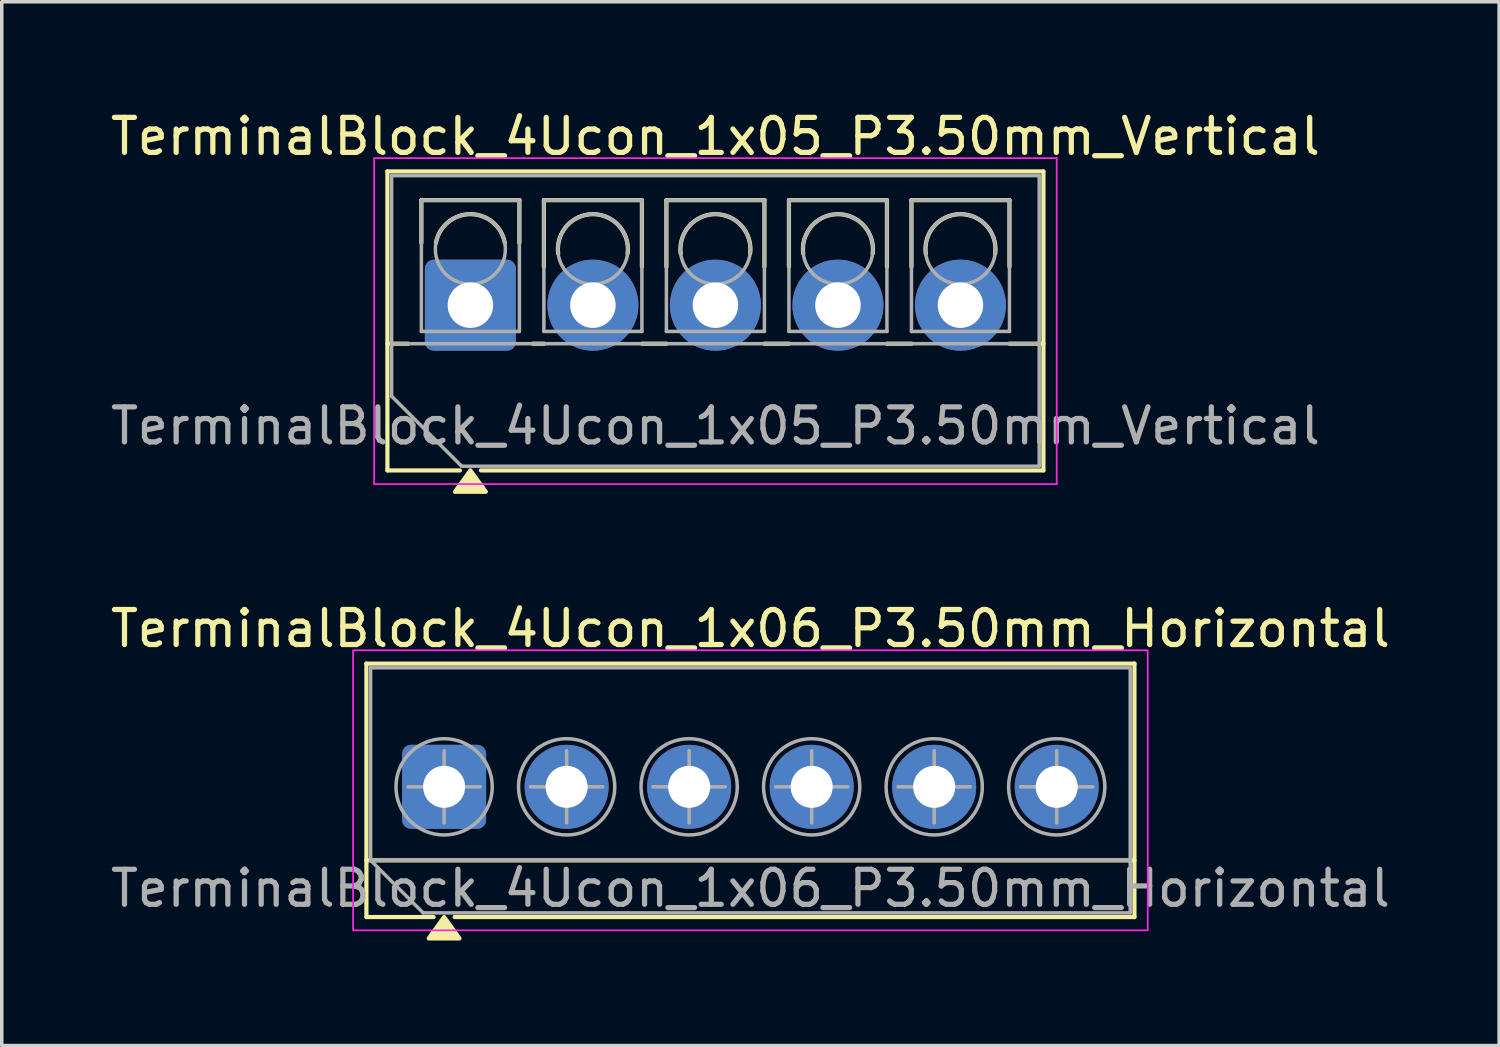
<source format=kicad_pcb>
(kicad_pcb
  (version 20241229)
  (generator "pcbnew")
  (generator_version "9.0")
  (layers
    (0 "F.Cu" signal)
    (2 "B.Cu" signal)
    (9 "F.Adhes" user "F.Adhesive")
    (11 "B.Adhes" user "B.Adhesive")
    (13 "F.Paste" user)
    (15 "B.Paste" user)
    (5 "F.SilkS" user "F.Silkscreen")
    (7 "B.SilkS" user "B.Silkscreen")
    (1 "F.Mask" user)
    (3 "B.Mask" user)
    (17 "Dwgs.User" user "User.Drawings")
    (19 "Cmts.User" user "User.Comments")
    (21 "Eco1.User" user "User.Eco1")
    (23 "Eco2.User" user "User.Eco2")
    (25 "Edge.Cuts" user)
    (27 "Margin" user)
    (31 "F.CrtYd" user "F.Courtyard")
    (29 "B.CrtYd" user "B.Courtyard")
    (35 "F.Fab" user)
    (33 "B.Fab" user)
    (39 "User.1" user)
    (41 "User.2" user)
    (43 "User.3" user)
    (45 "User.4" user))
  (footprint "TerminalBlock_4Ucon_1x05_P3.50mm_Vertical"
    (layer "F.Cu")
    (at 10.387 5.668)
    (property "Reference" "TerminalBlock_4Ucon_1x05_P3.50mm_Vertical" (at 7 -4.82 0) (layer "F.SilkS") (effects (font (size 1 1) (thickness 0.15))))
    (attr through_hole)
    (fp_line (start -2.37 -3.82) (end -2.37 4.72) (stroke (width 0.12) (type solid)) (layer "F.SilkS"))
    (fp_line (start -2.37 -3.82) (end 16.37 -3.82) (stroke (width 0.12) (type solid)) (layer "F.SilkS"))
    (fp_line (start -2.37 1.1) (end -1.78 1.1) (stroke (width 0.12) (type solid)) (layer "F.SilkS"))
    (fp_line (start -2.37 4.72) (end -0.3 4.72) (stroke (width 0.12) (type solid)) (layer "F.SilkS"))
    (fp_line (start -1.4 -3) (end -1.4 -1.78) (stroke (width 0.12) (type solid)) (layer "F.SilkS"))
    (fp_line (start -1.4 -3) (end 1.4 -3) (stroke (width 0.12) (type solid)) (layer "F.SilkS"))
    (fp_line (start 0.3 4.72) (end 16.37 4.72) (stroke (width 0.12) (type solid)) (layer "F.SilkS"))
    (fp_line (start 1.4 -3) (end 1.4 -1.78) (stroke (width 0.12) (type solid)) (layer "F.SilkS"))
    (fp_line (start 1.78 1.1) (end 2.101 1.1) (stroke (width 0.12) (type solid)) (layer "F.SilkS"))
    (fp_line (start 2.1 -3) (end 2.1 -1.099) (stroke (width 0.12) (type solid)) (layer "F.SilkS"))
    (fp_line (start 2.1 -3) (end 4.9 -3) (stroke (width 0.12) (type solid)) (layer "F.SilkS"))
    (fp_line (start 4.899 1.1) (end 5.601 1.1) (stroke (width 0.12) (type solid)) (layer "F.SilkS"))
    (fp_line (start 4.9 -3) (end 4.9 -1.099) (stroke (width 0.12) (type solid)) (layer "F.SilkS"))
    (fp_line (start 5.6 -3) (end 5.6 -1.099) (stroke (width 0.12) (type solid)) (layer "F.SilkS"))
    (fp_line (start 5.6 -3) (end 8.4 -3) (stroke (width 0.12) (type solid)) (layer "F.SilkS"))
    (fp_line (start 8.399 1.1) (end 9.101 1.1) (stroke (width 0.12) (type solid)) (layer "F.SilkS"))
    (fp_line (start 8.4 -3) (end 8.4 -1.099) (stroke (width 0.12) (type solid)) (layer "F.SilkS"))
    (fp_line (start 9.1 -3) (end 9.1 -1.099) (stroke (width 0.12) (type solid)) (layer "F.SilkS"))
    (fp_line (start 9.1 -3) (end 11.9 -3) (stroke (width 0.12) (type solid)) (layer "F.SilkS"))
    (fp_line (start 11.899 1.1) (end 12.601 1.1) (stroke (width 0.12) (type solid)) (layer "F.SilkS"))
    (fp_line (start 11.9 -3) (end 11.9 -1.099) (stroke (width 0.12) (type solid)) (layer "F.SilkS"))
    (fp_line (start 12.6 -3) (end 12.6 -1.099) (stroke (width 0.12) (type solid)) (layer "F.SilkS"))
    (fp_line (start 12.6 -3) (end 15.4 -3) (stroke (width 0.12) (type solid)) (layer "F.SilkS"))
    (fp_line (start 15.399 1.1) (end 16.37 1.1) (stroke (width 0.12) (type solid)) (layer "F.SilkS"))
    (fp_line (start 15.4 -3) (end 15.4 -1.099) (stroke (width 0.12) (type solid)) (layer "F.SilkS"))
    (fp_line (start 16.37 -3.82) (end 16.37 4.72) (stroke (width 0.12) (type solid)) (layer "F.SilkS"))
    (fp_arc (start -0.984 -1.78) (mid -0.00006 -2.600328) (end 0.983978 -1.780118) (stroke (width 0.12) (type solid)) (layer "F.SilkS"))
    (fp_arc (start 2.508 -1.478) (mid 3.500313 -2.599474) (end 4.491923 -1.477379) (stroke (width 0.12) (type solid)) (layer "F.SilkS"))
    (fp_arc (start 6.008 -1.478) (mid 7.000313 -2.599474) (end 7.991923 -1.477379) (stroke (width 0.12) (type solid)) (layer "F.SilkS"))
    (fp_arc (start 9.508 -1.478) (mid 10.500313 -2.599474) (end 11.491923 -1.477379) (stroke (width 0.12) (type solid)) (layer "F.SilkS"))
    (fp_arc (start 13.008 -1.478) (mid 14.000313 -2.599474) (end 14.991923 -1.477379) (stroke (width 0.12) (type solid)) (layer "F.SilkS"))
    (fp_poly (pts (xy 0 4.72) (xy 0.44 5.33) (xy -0.44 5.33)) (stroke (width 0.12) (type solid)) (fill yes) (layer "F.SilkS"))
    (fp_line (start -2.75 -4.2) (end -2.75 5.11) (stroke (width 0.05) (type solid)) (layer "F.CrtYd"))
    (fp_line (start -2.75 5.11) (end 16.75 5.11) (stroke (width 0.05) (type solid)) (layer "F.CrtYd"))
    (fp_line (start 16.75 -4.2) (end -2.75 -4.2) (stroke (width 0.05) (type solid)) (layer "F.CrtYd"))
    (fp_line (start 16.75 5.11) (end 16.75 -4.2) (stroke (width 0.05) (type solid)) (layer "F.CrtYd"))
    (fp_line (start -2.25 -3.7) (end 16.25 -3.7) (stroke (width 0.1) (type solid)) (layer "F.Fab"))
    (fp_line (start -2.25 1.1) (end 16.25 1.1) (stroke (width 0.1) (type solid)) (layer "F.Fab"))
    (fp_line (start -2.25 2.6) (end -2.25 -3.7) (stroke (width 0.1) (type solid)) (layer "F.Fab"))
    (fp_line (start -1.4 -3) (end -1.4 0.75) (stroke (width 0.1) (type solid)) (layer "F.Fab"))
    (fp_line (start -1.4 0.75) (end 1.4 0.75) (stroke (width 0.1) (type solid)) (layer "F.Fab"))
    (fp_line (start -0.25 4.6) (end -2.25 2.6) (stroke (width 0.1) (type solid)) (layer "F.Fab"))
    (fp_line (start 1.4 -3) (end -1.4 -3) (stroke (width 0.1) (type solid)) (layer "F.Fab"))
    (fp_line (start 1.4 0.75) (end 1.4 -3) (stroke (width 0.1) (type solid)) (layer "F.Fab"))
    (fp_line (start 2.1 -3) (end 2.1 0.75) (stroke (width 0.1) (type solid)) (layer "F.Fab"))
    (fp_line (start 2.1 0.75) (end 4.9 0.75) (stroke (width 0.1) (type solid)) (layer "F.Fab"))
    (fp_line (start 4.9 -3) (end 2.1 -3) (stroke (width 0.1) (type solid)) (layer "F.Fab"))
    (fp_line (start 4.9 0.75) (end 4.9 -3) (stroke (width 0.1) (type solid)) (layer "F.Fab"))
    (fp_line (start 5.6 -3) (end 5.6 0.75) (stroke (width 0.1) (type solid)) (layer "F.Fab"))
    (fp_line (start 5.6 0.75) (end 8.4 0.75) (stroke (width 0.1) (type solid)) (layer "F.Fab"))
    (fp_line (start 8.4 -3) (end 5.6 -3) (stroke (width 0.1) (type solid)) (layer "F.Fab"))
    (fp_line (start 8.4 0.75) (end 8.4 -3) (stroke (width 0.1) (type solid)) (layer "F.Fab"))
    (fp_line (start 9.1 -3) (end 9.1 0.75) (stroke (width 0.1) (type solid)) (layer "F.Fab"))
    (fp_line (start 9.1 0.75) (end 11.9 0.75) (stroke (width 0.1) (type solid)) (layer "F.Fab"))
    (fp_line (start 11.9 -3) (end 9.1 -3) (stroke (width 0.1) (type solid)) (layer "F.Fab"))
    (fp_line (start 11.9 0.75) (end 11.9 -3) (stroke (width 0.1) (type solid)) (layer "F.Fab"))
    (fp_line (start 12.6 -3) (end 12.6 0.75) (stroke (width 0.1) (type solid)) (layer "F.Fab"))
    (fp_line (start 12.6 0.75) (end 15.4 0.75) (stroke (width 0.1) (type solid)) (layer "F.Fab"))
    (fp_line (start 15.4 -3) (end 12.6 -3) (stroke (width 0.1) (type solid)) (layer "F.Fab"))
    (fp_line (start 15.4 0.75) (end 15.4 -3) (stroke (width 0.1) (type solid)) (layer "F.Fab"))
    (fp_line (start 16.25 -3.7) (end 16.25 4.6) (stroke (width 0.1) (type solid)) (layer "F.Fab"))
    (fp_line (start 16.25 4.6) (end -0.25 4.6) (stroke (width 0.1) (type solid)) (layer "F.Fab"))
    (fp_circle (center 0 -1.6) (end 1 -1.6) (stroke (width 0.1) (type solid)) (fill no) (layer "F.Fab"))
    (fp_circle (center 3.5 -1.6) (end 4.5 -1.6) (stroke (width 0.1) (type solid)) (fill no) (layer "F.Fab"))
    (fp_circle (center 7 -1.6) (end 8 -1.6) (stroke (width 0.1) (type solid)) (fill no) (layer "F.Fab"))
    (fp_circle (center 10.5 -1.6) (end 11.5 -1.6) (stroke (width 0.1) (type solid)) (fill no) (layer "F.Fab"))
    (fp_circle (center 14 -1.6) (end 15 -1.6) (stroke (width 0.1) (type solid)) (fill no) (layer "F.Fab"))
    (fp_text user "${REFERENCE}" (at 7 3.45 0) (layer "F.Fab") (effects (font (size 1 1) (thickness 0.15))))
    (pad "1" thru_hole roundrect (at 0 0) (size 2.6 2.6) (drill 1.3) (layers "*.Cu" "*.Mask") (roundrect_rratio 0.096))
    (pad "2" thru_hole circle (at 3.5 0) (size 2.6 2.6) (drill 1.3) (layers "*.Cu" "*.Mask"))
    (pad "3" thru_hole circle (at 7 0) (size 2.6 2.6) (drill 1.3) (layers "*.Cu" "*.Mask"))
    (pad "4" thru_hole circle (at 10.5 0) (size 2.6 2.6) (drill 1.3) (layers "*.Cu" "*.Mask"))
    (pad "5" thru_hole circle (at 14 0) (size 2.6 2.6) (drill 1.3) (layers "*.Cu" "*.Mask")))
  (footprint "TerminalBlock_4Ucon_1x06_P3.50mm_Horizontal"
    (layer "F.Cu")
    (at 9.637 19.427)
    (property "Reference" "TerminalBlock_4Ucon_1x06_P3.50mm_Horizontal" (at 8.75 -4.52 0) (layer "F.SilkS") (effects (font (size 1 1) (thickness 0.15))))
    (attr through_hole)
    (fp_line (start -2.22 -3.52) (end 19.72 -3.52) (stroke (width 0.12) (type solid)) (layer "F.SilkS"))
    (fp_line (start -2.22 2.1) (end 19.72 2.1) (stroke (width 0.12) (type solid)) (layer "F.SilkS"))
    (fp_line (start -2.22 3.72) (end -2.22 -3.52) (stroke (width 0.12) (type solid)) (layer "F.SilkS"))
    (fp_line (start -0.3 3.72) (end -2.22 3.72) (stroke (width 0.12) (type solid)) (layer "F.SilkS"))
    (fp_line (start 19.72 -3.52) (end 19.72 3.72) (stroke (width 0.12) (type solid)) (layer "F.SilkS"))
    (fp_line (start 19.72 3.72) (end 0.3 3.72) (stroke (width 0.12) (type solid)) (layer "F.SilkS"))
    (fp_poly (pts (xy 0 3.72) (xy 0.44 4.33) (xy -0.44 4.33)) (stroke (width 0.12) (type solid)) (fill yes) (layer "F.SilkS"))
    (fp_rect (start -2.6 -3.9) (end 20.1 4.1) (stroke (width 0.05) (type solid)) (fill no) (layer "F.CrtYd"))
    (fp_line (start -2.1 -3.4) (end 19.6 -3.4) (stroke (width 0.1) (type solid)) (layer "F.Fab"))
    (fp_line (start -2.1 2.1) (end -2.1 -3.4) (stroke (width 0.1) (type solid)) (layer "F.Fab"))
    (fp_line (start -2.1 2.1) (end 19.6 2.1) (stroke (width 0.1) (type solid)) (layer "F.Fab"))
    (fp_line (start -1.031 0) (end 1.031 0) (stroke (width 0.1) (type solid)) (layer "F.Fab"))
    (fp_line (start -0.6 3.6) (end -2.1 2.1) (stroke (width 0.1) (type solid)) (layer "F.Fab"))
    (fp_line (start 0 -1.031) (end 0 1.031) (stroke (width 0.1) (type solid)) (layer "F.Fab"))
    (fp_line (start 2.469 0) (end 4.531 0) (stroke (width 0.1) (type solid)) (layer "F.Fab"))
    (fp_line (start 3.5 -1.031) (end 3.5 1.031) (stroke (width 0.1) (type solid)) (layer "F.Fab"))
    (fp_line (start 5.969 0) (end 8.031 0) (stroke (width 0.1) (type solid)) (layer "F.Fab"))
    (fp_line (start 7 -1.031) (end 7 1.031) (stroke (width 0.1) (type solid)) (layer "F.Fab"))
    (fp_line (start 9.469 0) (end 11.531 0) (stroke (width 0.1) (type solid)) (layer "F.Fab"))
    (fp_line (start 10.5 -1.031) (end 10.5 1.031) (stroke (width 0.1) (type solid)) (layer "F.Fab"))
    (fp_line (start 12.969 0) (end 15.031 0) (stroke (width 0.1) (type solid)) (layer "F.Fab"))
    (fp_line (start 14 -1.031) (end 14 1.031) (stroke (width 0.1) (type solid)) (layer "F.Fab"))
    (fp_line (start 16.469 0) (end 18.531 0) (stroke (width 0.1) (type solid)) (layer "F.Fab"))
    (fp_line (start 17.5 -1.031) (end 17.5 1.031) (stroke (width 0.1) (type solid)) (layer "F.Fab"))
    (fp_line (start 19.6 -3.4) (end 19.6 3.6) (stroke (width 0.1) (type solid)) (layer "F.Fab"))
    (fp_line (start 19.6 3.6) (end -0.6 3.6) (stroke (width 0.1) (type solid)) (layer "F.Fab"))
    (fp_circle (center 0 0) (end 1.375 0) (stroke (width 0.1) (type solid)) (fill no) (layer "F.Fab"))
    (fp_circle (center 3.5 0) (end 4.875 0) (stroke (width 0.1) (type solid)) (fill no) (layer "F.Fab"))
    (fp_circle (center 7 0) (end 8.375 0) (stroke (width 0.1) (type solid)) (fill no) (layer "F.Fab"))
    (fp_circle (center 10.5 0) (end 11.875 0) (stroke (width 0.1) (type solid)) (fill no) (layer "F.Fab"))
    (fp_circle (center 14 0) (end 15.375 0) (stroke (width 0.1) (type solid)) (fill no) (layer "F.Fab"))
    (fp_circle (center 17.5 0) (end 18.875 0) (stroke (width 0.1) (type solid)) (fill no) (layer "F.Fab"))
    (fp_text user "${REFERENCE}" (at 8.75 2.9 0) (layer "F.Fab") (effects (font (size 1 1) (thickness 0.15))))
    (pad "1" thru_hole roundrect (at 0 0) (size 2.4 2.4) (drill 1.2) (layers "*.Cu" "*.Mask") (roundrect_rratio 0.104))
    (pad "2" thru_hole circle (at 3.5 0) (size 2.4 2.4) (drill 1.2) (layers "*.Cu" "*.Mask"))
    (pad "3" thru_hole circle (at 7 0) (size 2.4 2.4) (drill 1.2) (layers "*.Cu" "*.Mask"))
    (pad "4" thru_hole circle (at 10.5 0) (size 2.4 2.4) (drill 1.2) (layers "*.Cu" "*.Mask"))
    (pad "5" thru_hole circle (at 14 0) (size 2.4 2.4) (drill 1.2) (layers "*.Cu" "*.Mask"))
    (pad "6" thru_hole circle (at 17.5 0) (size 2.4 2.4) (drill 1.2) (layers "*.Cu" "*.Mask")))
  (gr_rect
    (start -3 -3)
    (end 39.774 26.817)
    (stroke (width 0.1) (type default))
    (fill no)
    (layer "Edge.Cuts")))
</source>
